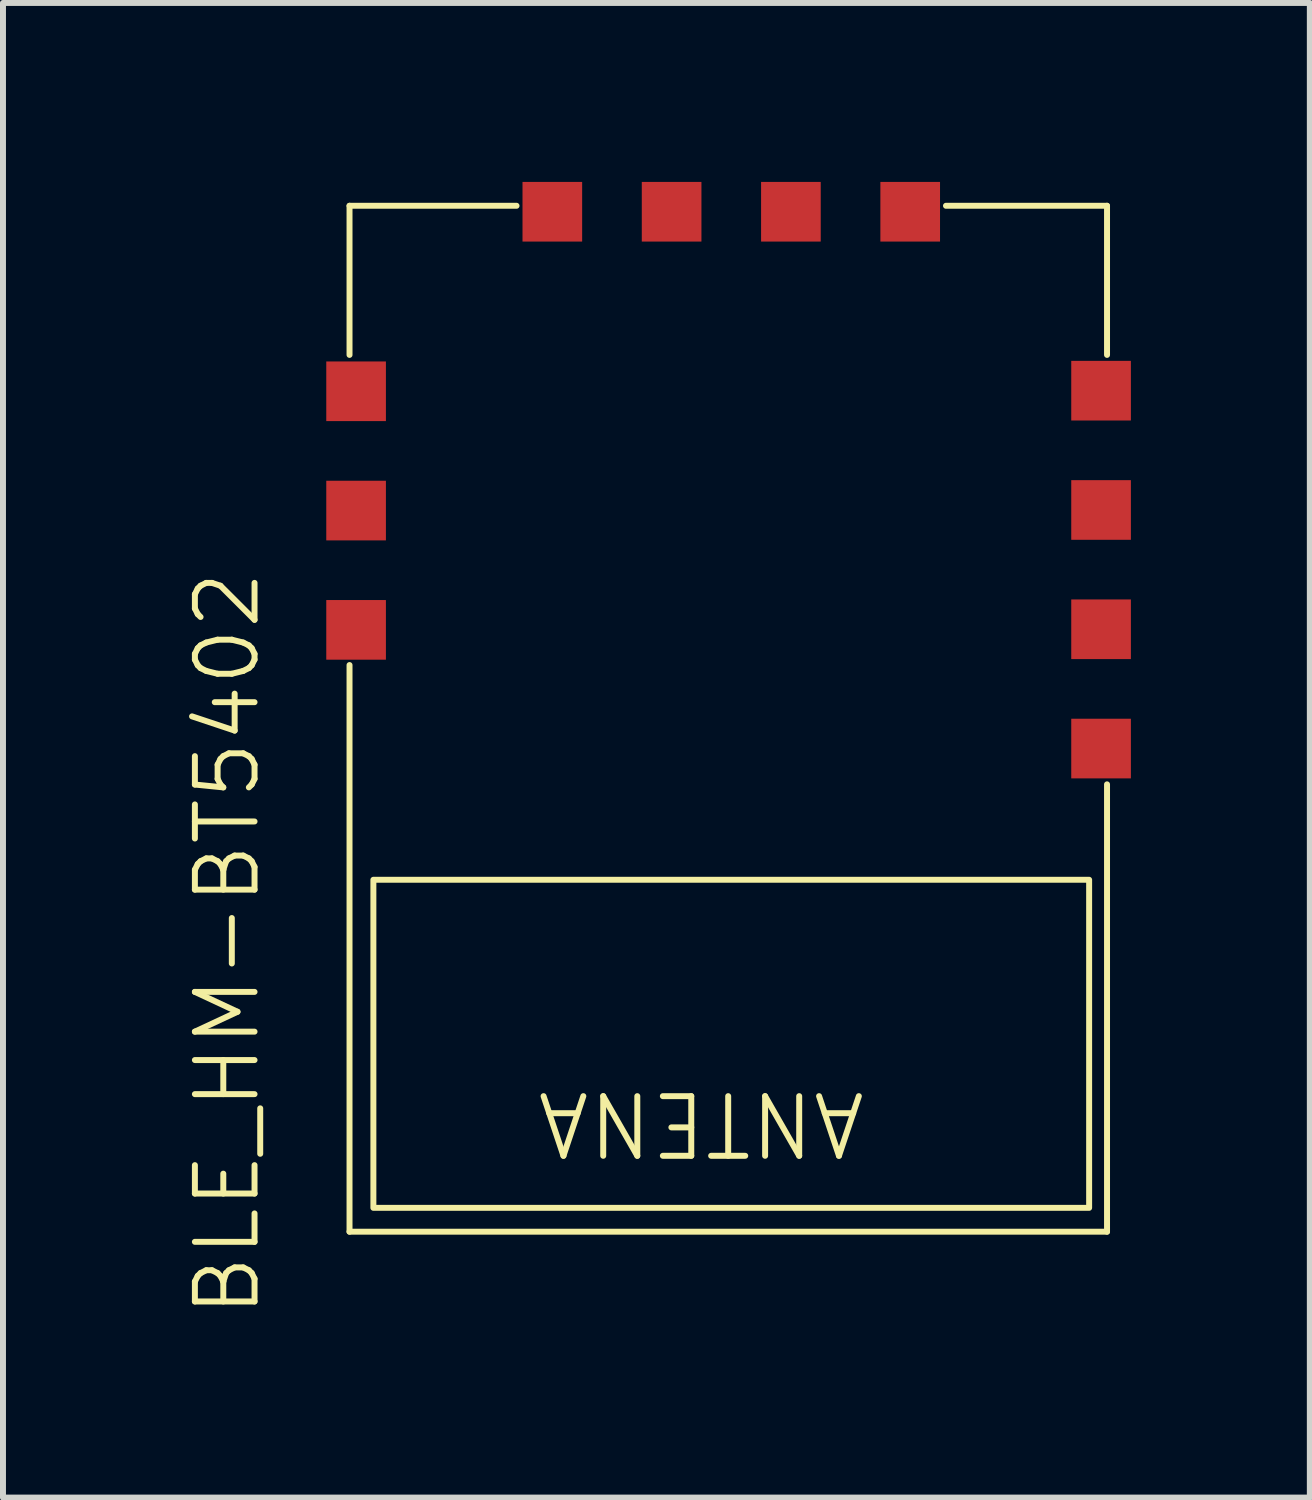
<source format=kicad_pcb>
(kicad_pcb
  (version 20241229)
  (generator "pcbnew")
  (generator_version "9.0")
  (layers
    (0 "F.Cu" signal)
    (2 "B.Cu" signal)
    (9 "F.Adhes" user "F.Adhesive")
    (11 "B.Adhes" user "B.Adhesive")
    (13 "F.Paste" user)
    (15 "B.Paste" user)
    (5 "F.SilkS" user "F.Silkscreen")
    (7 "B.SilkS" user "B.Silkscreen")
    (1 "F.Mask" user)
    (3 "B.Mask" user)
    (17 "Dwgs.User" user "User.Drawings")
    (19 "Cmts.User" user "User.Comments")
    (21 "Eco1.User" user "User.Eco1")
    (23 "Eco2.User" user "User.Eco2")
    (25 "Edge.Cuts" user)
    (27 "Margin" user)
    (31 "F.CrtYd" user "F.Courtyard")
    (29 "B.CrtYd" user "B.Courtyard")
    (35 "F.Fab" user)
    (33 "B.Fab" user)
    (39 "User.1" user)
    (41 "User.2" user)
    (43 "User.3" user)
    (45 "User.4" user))
  (footprint "BLE_HM-BT5402"
    (layer "F.Cu")
    (at 10.21 14.2)
    (property "Reference" "BLE_HM-BT5402" (at -9.45 -1.43 90) (unlocked yes) (layer "F.SilkS") (effects (font (size 1 1) (thickness 0.1))))
    (attr smd)
    (fp_line (start -7.4 -13.8) (end -7.4 -11.3) (stroke (width 0.1) (type default)) (layer "F.SilkS"))
    (fp_line (start -7.4 -6.1) (end -7.4 3.4) (stroke (width 0.1) (type default)) (layer "F.SilkS"))
    (fp_line (start -7.4 3.4) (end 5.3 3.4) (stroke (width 0.1) (type default)) (layer "F.SilkS"))
    (fp_line (start -4.6 -13.8) (end -7.4 -13.8) (stroke (width 0.1) (type default)) (layer "F.SilkS"))
    (fp_line (start 2.6 -13.8) (end 5.3 -13.8) (stroke (width 0.1) (type default)) (layer "F.SilkS"))
    (fp_line (start 5.3 -13.8) (end 5.3 -11.3) (stroke (width 0.1) (type default)) (layer "F.SilkS"))
    (fp_line (start 5.3 3.4) (end 5.3 -4.1) (stroke (width 0.1) (type default)) (layer "F.SilkS"))
    (fp_rect (start 5 3) (end -7 -2.5) (stroke (width 0.1) (type default)) (fill no) (layer "F.SilkS"))
    (fp_rect (start -7.1 -2.6) (end 5.1 3.1) (stroke (width 0.1) (type default)) (fill no) (layer "Margin"))
    (fp_text user "ANTENA" (at 1.3 1 180) (unlocked yes) (layer "F.SilkS") (effects (font (size 1 1) (thickness 0.1)) (justify left bottom)))
    (pad "1" smd rect (at -7.29 -6.69 90) (size 1 1) (layers "F.Cu" "F.Mask" "F.Paste"))
    (pad "2" smd rect (at -7.29 -8.69 90) (size 1 1) (layers "F.Cu" "F.Mask" "F.Paste"))
    (pad "3" smd rect (at -7.29 -10.69 90) (size 1 1) (layers "F.Cu" "F.Mask" "F.Paste"))
    (pad "4" smd rect (at -4 -13.7 180) (size 1 1) (layers "F.Cu" "F.Mask" "F.Paste"))
    (pad "5" smd rect (at -2 -13.7 180) (size 1 1) (layers "F.Cu" "F.Mask" "F.Paste"))
    (pad "6" smd rect (at 0 -13.7 180) (size 1 1) (layers "F.Cu" "F.Mask" "F.Paste"))
    (pad "7" smd rect (at 2 -13.7 180) (size 1 1) (layers "F.Cu" "F.Mask" "F.Paste"))
    (pad "8" smd rect (at 5.2 -10.7 90) (size 1 1) (layers "F.Cu" "F.Mask" "F.Paste"))
    (pad "9" smd rect (at 5.2 -8.7 90) (size 1 1) (layers "F.Cu" "F.Mask" "F.Paste"))
    (pad "10" smd rect (at 5.2 -6.7 90) (size 1 1) (layers "F.Cu" "F.Mask" "F.Paste"))
    (pad "11" smd rect (at 5.2 -4.7 90) (size 1 1) (layers "F.Cu" "F.Mask" "F.Paste"))
    (zone (net_name "") (layer "F.SilkS") (hatch full 0.5) (connect_pads) (min_thickness 0.25) (filled_areas_thickness no) (keepout (tracks not_allowed) (vias not_allowed) (pads not_allowed) (copperpour allowed) (footprints allowed)) (placement (enabled no)) (fill) (polygon (pts (xy 15.21 17.2) (xy 15.21 11.7) (xy 3.211 11.7) (xy 3.211 17.2)))))
  (gr_rect
    (start -3 -3)
    (end 18.91 22.058)
    (stroke (width 0.1) (type default))
    (fill no)
    (layer "Edge.Cuts")))
</source>
